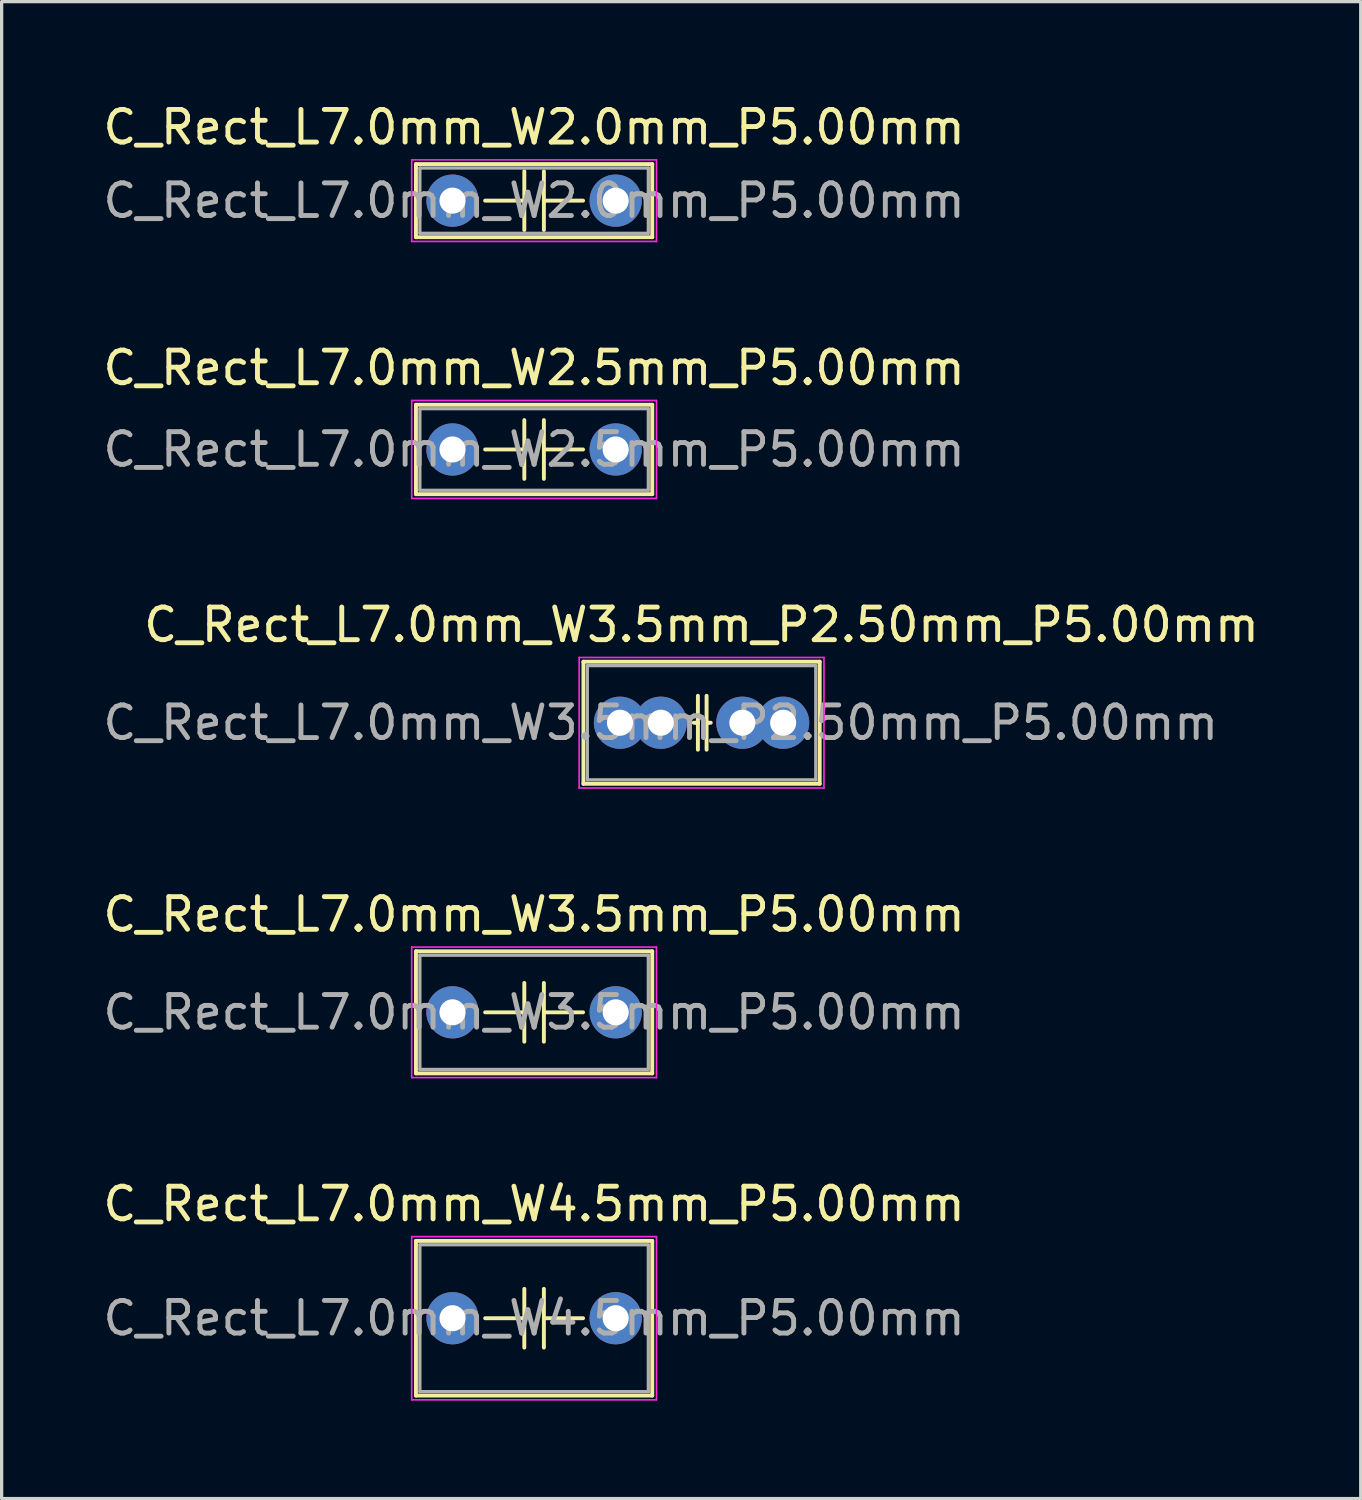
<source format=kicad_pcb>
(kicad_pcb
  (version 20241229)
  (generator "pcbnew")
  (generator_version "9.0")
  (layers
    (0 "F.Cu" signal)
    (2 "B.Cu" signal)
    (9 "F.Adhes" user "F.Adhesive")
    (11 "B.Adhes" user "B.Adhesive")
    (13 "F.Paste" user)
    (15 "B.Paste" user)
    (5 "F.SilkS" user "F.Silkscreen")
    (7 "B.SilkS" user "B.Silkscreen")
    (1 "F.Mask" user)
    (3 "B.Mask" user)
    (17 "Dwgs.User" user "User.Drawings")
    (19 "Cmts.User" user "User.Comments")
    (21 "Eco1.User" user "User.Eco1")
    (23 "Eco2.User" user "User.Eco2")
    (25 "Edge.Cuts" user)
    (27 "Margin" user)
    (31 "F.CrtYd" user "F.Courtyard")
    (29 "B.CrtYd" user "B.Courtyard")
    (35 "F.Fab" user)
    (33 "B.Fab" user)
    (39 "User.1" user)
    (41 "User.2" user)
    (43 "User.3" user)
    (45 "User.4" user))
  (footprint "C_Rect_L7.0mm_W4.5mm_P5.00mm"
    (layer "F.Cu")
    (at 10.815 37.341)
    (property "Reference" "C_Rect_L7.0mm_W4.5mm_P5.00mm" (at 2.5 -3.5 0) (layer "F.SilkS") (effects (font (size 1 1) (thickness 0.15))))
    (attr through_hole)
    (fp_line (start -1.12 -2.37) (end -1.12 2.37) (stroke (width 0.12) (type solid)) (layer "F.SilkS"))
    (fp_line (start -1.12 -2.37) (end 6.12 -2.37) (stroke (width 0.12) (type solid)) (layer "F.SilkS"))
    (fp_line (start -1.12 2.37) (end 6.12 2.37) (stroke (width 0.12) (type solid)) (layer "F.SilkS"))
    (fp_line (start 1 0) (end 2.2 0) (stroke (width 0.12) (type solid)) (layer "F.SilkS"))
    (fp_line (start 2.2 -0.9) (end 2.2 0.9) (stroke (width 0.12) (type solid)) (layer "F.SilkS"))
    (fp_line (start 2.8 -0.9) (end 2.8 0.9) (stroke (width 0.12) (type solid)) (layer "F.SilkS"))
    (fp_line (start 4 0) (end 2.8 0) (stroke (width 0.12) (type solid)) (layer "F.SilkS"))
    (fp_line (start 6.12 -2.37) (end 6.12 2.37) (stroke (width 0.12) (type solid)) (layer "F.SilkS"))
    (fp_line (start -1.25 -2.5) (end -1.25 2.5) (stroke (width 0.05) (type solid)) (layer "F.CrtYd"))
    (fp_line (start -1.25 2.5) (end 6.25 2.5) (stroke (width 0.05) (type solid)) (layer "F.CrtYd"))
    (fp_line (start 6.25 -2.5) (end -1.25 -2.5) (stroke (width 0.05) (type solid)) (layer "F.CrtYd"))
    (fp_line (start 6.25 2.5) (end 6.25 -2.5) (stroke (width 0.05) (type solid)) (layer "F.CrtYd"))
    (fp_line (start -1 -2.25) (end -1 2.25) (stroke (width 0.1) (type solid)) (layer "F.Fab"))
    (fp_line (start -1 2.25) (end 6 2.25) (stroke (width 0.1) (type solid)) (layer "F.Fab"))
    (fp_line (start 6 -2.25) (end -1 -2.25) (stroke (width 0.1) (type solid)) (layer "F.Fab"))
    (fp_line (start 6 2.25) (end 6 -2.25) (stroke (width 0.1) (type solid)) (layer "F.Fab"))
    (fp_text user "${REFERENCE}" (at 2.5 0 0) (layer "F.Fab") (effects (font (size 1 1) (thickness 0.15))))
    (pad "1" thru_hole circle (at 0 0) (size 1.6 1.6) (drill 0.8) (layers "*.Cu" "*.Mask"))
    (pad "2" thru_hole circle (at 5 0) (size 1.6 1.6) (drill 0.8) (layers "*.Cu" "*.Mask")))
  (footprint "C_Rect_L7.0mm_W2.5mm_P5.00mm"
    (layer "F.Cu")
    (at 10.815 10.722)
    (property "Reference" "C_Rect_L7.0mm_W2.5mm_P5.00mm" (at 2.5 -2.5 0) (layer "F.SilkS") (effects (font (size 1 1) (thickness 0.15))))
    (attr through_hole)
    (fp_line (start -1.12 -1.37) (end -1.12 1.37) (stroke (width 0.12) (type solid)) (layer "F.SilkS"))
    (fp_line (start -1.12 -1.37) (end 6.12 -1.37) (stroke (width 0.12) (type solid)) (layer "F.SilkS"))
    (fp_line (start -1.12 1.37) (end 6.12 1.37) (stroke (width 0.12) (type solid)) (layer "F.SilkS"))
    (fp_line (start 1 0) (end 2.2 0) (stroke (width 0.12) (type solid)) (layer "F.SilkS"))
    (fp_line (start 2.2 -0.9) (end 2.2 0.9) (stroke (width 0.12) (type solid)) (layer "F.SilkS"))
    (fp_line (start 2.8 -0.9) (end 2.8 0.9) (stroke (width 0.12) (type solid)) (layer "F.SilkS"))
    (fp_line (start 4 0) (end 2.8 0) (stroke (width 0.12) (type solid)) (layer "F.SilkS"))
    (fp_line (start 6.12 -1.37) (end 6.12 1.37) (stroke (width 0.12) (type solid)) (layer "F.SilkS"))
    (fp_line (start -1.25 -1.5) (end -1.25 1.5) (stroke (width 0.05) (type solid)) (layer "F.CrtYd"))
    (fp_line (start -1.25 1.5) (end 6.25 1.5) (stroke (width 0.05) (type solid)) (layer "F.CrtYd"))
    (fp_line (start 6.25 -1.5) (end -1.25 -1.5) (stroke (width 0.05) (type solid)) (layer "F.CrtYd"))
    (fp_line (start 6.25 1.5) (end 6.25 -1.5) (stroke (width 0.05) (type solid)) (layer "F.CrtYd"))
    (fp_line (start -1 -1.25) (end -1 1.25) (stroke (width 0.1) (type solid)) (layer "F.Fab"))
    (fp_line (start -1 1.25) (end 6 1.25) (stroke (width 0.1) (type solid)) (layer "F.Fab"))
    (fp_line (start 6 -1.25) (end -1 -1.25) (stroke (width 0.1) (type solid)) (layer "F.Fab"))
    (fp_line (start 6 1.25) (end 6 -1.25) (stroke (width 0.1) (type solid)) (layer "F.Fab"))
    (fp_text user "${REFERENCE}" (at 2.5 0 0) (layer "F.Fab") (effects (font (size 1 1) (thickness 0.15))))
    (pad "1" thru_hole circle (at 0 0) (size 1.6 1.6) (drill 0.8) (layers "*.Cu" "*.Mask"))
    (pad "2" thru_hole circle (at 5 0) (size 1.6 1.6) (drill 0.8) (layers "*.Cu" "*.Mask")))
  (footprint "C_Rect_L7.0mm_W3.5mm_P2.50mm_P5.00mm"
    (layer "F.Cu")
    (at 15.946 19.095)
    (property "Reference" "C_Rect_L7.0mm_W3.5mm_P2.50mm_P5.00mm" (at 2.5 -3 0) (layer "F.SilkS") (effects (font (size 1 1) (thickness 0.15))))
    (attr through_hole)
    (fp_line (start -1.12 -1.87) (end -1.12 1.87) (stroke (width 0.12) (type solid)) (layer "F.SilkS"))
    (fp_line (start -1.12 -1.87) (end 6.12 -1.87) (stroke (width 0.12) (type solid)) (layer "F.SilkS"))
    (fp_line (start -1.12 1.87) (end 6.12 1.87) (stroke (width 0.12) (type solid)) (layer "F.SilkS"))
    (fp_line (start 2.261 0) (end 2.324 0) (stroke (width 0.12) (type solid)) (layer "F.SilkS"))
    (fp_line (start 2.324 0) (end 2.388 0) (stroke (width 0.12) (type solid)) (layer "F.SilkS"))
    (fp_line (start 2.388 0) (end 2.388 -0.826) (stroke (width 0.12) (type solid)) (layer "F.SilkS"))
    (fp_line (start 2.388 0.826) (end 2.388 0) (stroke (width 0.12) (type solid)) (layer "F.SilkS"))
    (fp_line (start 2.654 0) (end 2.654 -0.826) (stroke (width 0.12) (type solid)) (layer "F.SilkS"))
    (fp_line (start 2.654 0.826) (end 2.654 0) (stroke (width 0.12) (type solid)) (layer "F.SilkS"))
    (fp_line (start 2.718 0) (end 2.654 0) (stroke (width 0.12) (type solid)) (layer "F.SilkS"))
    (fp_line (start 2.781 0) (end 2.718 0) (stroke (width 0.12) (type solid)) (layer "F.SilkS"))
    (fp_line (start 6.12 -1.87) (end 6.12 1.87) (stroke (width 0.12) (type solid)) (layer "F.SilkS"))
    (fp_line (start -1.25 -2) (end -1.25 2) (stroke (width 0.05) (type solid)) (layer "F.CrtYd"))
    (fp_line (start -1.25 2) (end 6.25 2) (stroke (width 0.05) (type solid)) (layer "F.CrtYd"))
    (fp_line (start 6.25 -2) (end -1.25 -2) (stroke (width 0.05) (type solid)) (layer "F.CrtYd"))
    (fp_line (start 6.25 2) (end 6.25 -2) (stroke (width 0.05) (type solid)) (layer "F.CrtYd"))
    (fp_line (start -1 -1.75) (end -1 1.75) (stroke (width 0.1) (type solid)) (layer "F.Fab"))
    (fp_line (start -1 1.75) (end 6 1.75) (stroke (width 0.1) (type solid)) (layer "F.Fab"))
    (fp_line (start 6 -1.75) (end -1 -1.75) (stroke (width 0.1) (type solid)) (layer "F.Fab"))
    (fp_line (start 6 1.75) (end 6 -1.75) (stroke (width 0.1) (type solid)) (layer "F.Fab"))
    (fp_text user "${REFERENCE}" (at 1.25 0 0) (layer "F.Fab") (effects (font (size 1 1) (thickness 0.15))))
    (pad "1" thru_hole circle (at 0 0) (size 1.6 1.6) (drill 0.8) (layers "*.Cu" "*.Mask"))
    (pad "1" thru_hole circle (at 1.25 0) (size 1.6 1.6) (drill 0.8) (layers "*.Cu" "*.Mask"))
    (pad "2" thru_hole circle (at 3.75 0) (size 1.6 1.6) (drill 0.8) (layers "*.Cu" "*.Mask"))
    (pad "2" thru_hole circle (at 5 0) (size 1.6 1.6) (drill 0.8) (layers "*.Cu" "*.Mask")))
  (footprint "C_Rect_L7.0mm_W3.5mm_P5.00mm"
    (layer "F.Cu")
    (at 10.815 27.968)
    (property "Reference" "C_Rect_L7.0mm_W3.5mm_P5.00mm" (at 2.5 -3 0) (layer "F.SilkS") (effects (font (size 1 1) (thickness 0.15))))
    (attr through_hole)
    (fp_line (start -1.12 -1.87) (end -1.12 1.87) (stroke (width 0.12) (type solid)) (layer "F.SilkS"))
    (fp_line (start -1.12 -1.87) (end 6.12 -1.87) (stroke (width 0.12) (type solid)) (layer "F.SilkS"))
    (fp_line (start -1.12 1.87) (end 6.12 1.87) (stroke (width 0.12) (type solid)) (layer "F.SilkS"))
    (fp_line (start 1 0) (end 2.2 0) (stroke (width 0.12) (type solid)) (layer "F.SilkS"))
    (fp_line (start 2.2 -0.9) (end 2.2 0.9) (stroke (width 0.12) (type solid)) (layer "F.SilkS"))
    (fp_line (start 2.8 -0.9) (end 2.8 0.9) (stroke (width 0.12) (type solid)) (layer "F.SilkS"))
    (fp_line (start 4 0) (end 2.8 0) (stroke (width 0.12) (type solid)) (layer "F.SilkS"))
    (fp_line (start 6.12 -1.87) (end 6.12 1.87) (stroke (width 0.12) (type solid)) (layer "F.SilkS"))
    (fp_line (start -1.25 -2) (end -1.25 2) (stroke (width 0.05) (type solid)) (layer "F.CrtYd"))
    (fp_line (start -1.25 2) (end 6.25 2) (stroke (width 0.05) (type solid)) (layer "F.CrtYd"))
    (fp_line (start 6.25 -2) (end -1.25 -2) (stroke (width 0.05) (type solid)) (layer "F.CrtYd"))
    (fp_line (start 6.25 2) (end 6.25 -2) (stroke (width 0.05) (type solid)) (layer "F.CrtYd"))
    (fp_line (start -1 -1.75) (end -1 1.75) (stroke (width 0.1) (type solid)) (layer "F.Fab"))
    (fp_line (start -1 1.75) (end 6 1.75) (stroke (width 0.1) (type solid)) (layer "F.Fab"))
    (fp_line (start 6 -1.75) (end -1 -1.75) (stroke (width 0.1) (type solid)) (layer "F.Fab"))
    (fp_line (start 6 1.75) (end 6 -1.75) (stroke (width 0.1) (type solid)) (layer "F.Fab"))
    (fp_text user "${REFERENCE}" (at 2.5 0 0) (layer "F.Fab") (effects (font (size 1 1) (thickness 0.15))))
    (pad "1" thru_hole circle (at 0 0) (size 1.6 1.6) (drill 0.8) (layers "*.Cu" "*.Mask"))
    (pad "2" thru_hole circle (at 5 0) (size 1.6 1.6) (drill 0.8) (layers "*.Cu" "*.Mask")))
  (footprint "C_Rect_L7.0mm_W2.0mm_P5.00mm"
    (layer "F.Cu")
    (at 10.815 3.098)
    (property "Reference" "C_Rect_L7.0mm_W2.0mm_P5.00mm" (at 2.5 -2.25 0) (layer "F.SilkS") (effects (font (size 1 1) (thickness 0.15))))
    (attr through_hole)
    (fp_line (start -1.12 -1.12) (end -1.12 1.12) (stroke (width 0.12) (type solid)) (layer "F.SilkS"))
    (fp_line (start -1.12 -1.12) (end 6.12 -1.12) (stroke (width 0.12) (type solid)) (layer "F.SilkS"))
    (fp_line (start -1.12 1.12) (end 6.12 1.12) (stroke (width 0.12) (type solid)) (layer "F.SilkS"))
    (fp_line (start 1 0) (end 2.2 0) (stroke (width 0.12) (type solid)) (layer "F.SilkS"))
    (fp_line (start 2.2 -0.9) (end 2.2 0.9) (stroke (width 0.12) (type solid)) (layer "F.SilkS"))
    (fp_line (start 2.8 -0.9) (end 2.8 0.9) (stroke (width 0.12) (type solid)) (layer "F.SilkS"))
    (fp_line (start 4 0) (end 2.8 0) (stroke (width 0.12) (type solid)) (layer "F.SilkS"))
    (fp_line (start 6.12 -1.12) (end 6.12 1.12) (stroke (width 0.12) (type solid)) (layer "F.SilkS"))
    (fp_line (start -1.25 -1.25) (end -1.25 1.25) (stroke (width 0.05) (type solid)) (layer "F.CrtYd"))
    (fp_line (start -1.25 1.25) (end 6.25 1.25) (stroke (width 0.05) (type solid)) (layer "F.CrtYd"))
    (fp_line (start 6.25 -1.25) (end -1.25 -1.25) (stroke (width 0.05) (type solid)) (layer "F.CrtYd"))
    (fp_line (start 6.25 1.25) (end 6.25 -1.25) (stroke (width 0.05) (type solid)) (layer "F.CrtYd"))
    (fp_line (start -1 -1) (end -1 1) (stroke (width 0.1) (type solid)) (layer "F.Fab"))
    (fp_line (start -1 1) (end 6 1) (stroke (width 0.1) (type solid)) (layer "F.Fab"))
    (fp_line (start 6 -1) (end -1 -1) (stroke (width 0.1) (type solid)) (layer "F.Fab"))
    (fp_line (start 6 1) (end 6 -1) (stroke (width 0.1) (type solid)) (layer "F.Fab"))
    (fp_text user "${REFERENCE}" (at 2.5 0 0) (layer "F.Fab") (effects (font (size 1 1) (thickness 0.15))))
    (pad "1" thru_hole circle (at 0 0) (size 1.6 1.6) (drill 0.8) (layers "*.Cu" "*.Mask"))
    (pad "2" thru_hole circle (at 5 0) (size 1.6 1.6) (drill 0.8) (layers "*.Cu" "*.Mask")))
  (gr_rect
    (start -3 -3)
    (end 38.643 42.866)
    (stroke (width 0.1) (type default))
    (fill no)
    (layer "Edge.Cuts")))
</source>
